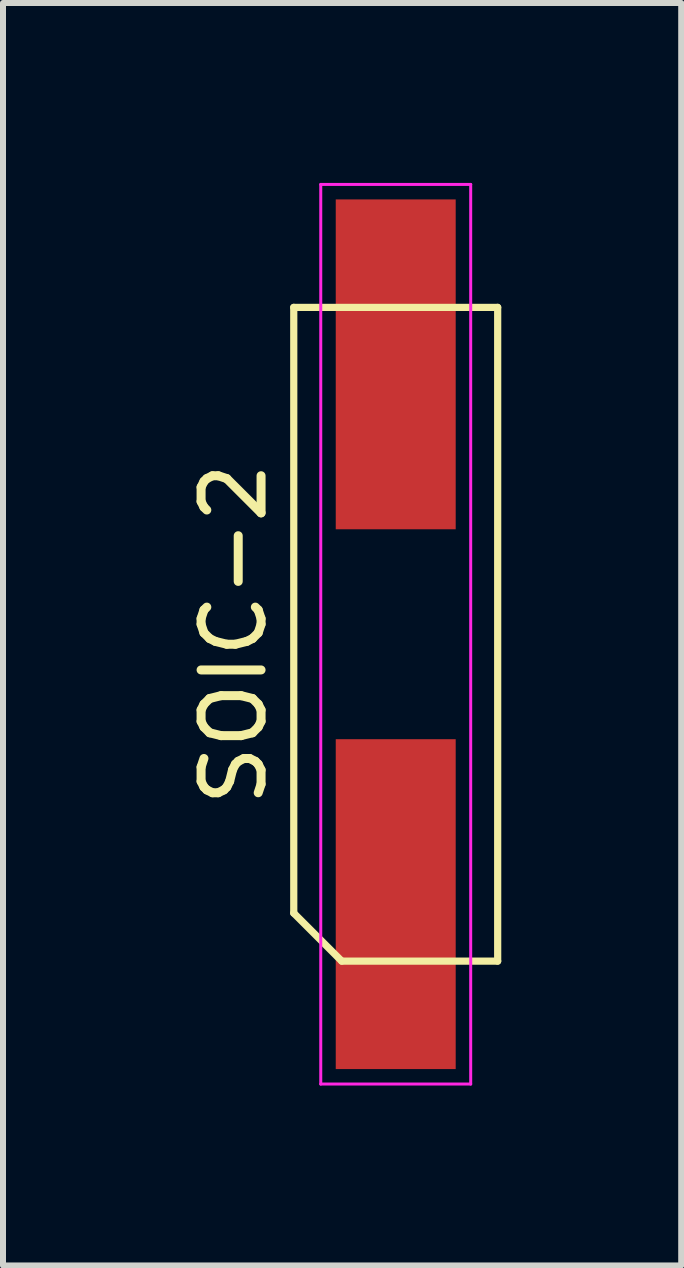
<source format=kicad_pcb>
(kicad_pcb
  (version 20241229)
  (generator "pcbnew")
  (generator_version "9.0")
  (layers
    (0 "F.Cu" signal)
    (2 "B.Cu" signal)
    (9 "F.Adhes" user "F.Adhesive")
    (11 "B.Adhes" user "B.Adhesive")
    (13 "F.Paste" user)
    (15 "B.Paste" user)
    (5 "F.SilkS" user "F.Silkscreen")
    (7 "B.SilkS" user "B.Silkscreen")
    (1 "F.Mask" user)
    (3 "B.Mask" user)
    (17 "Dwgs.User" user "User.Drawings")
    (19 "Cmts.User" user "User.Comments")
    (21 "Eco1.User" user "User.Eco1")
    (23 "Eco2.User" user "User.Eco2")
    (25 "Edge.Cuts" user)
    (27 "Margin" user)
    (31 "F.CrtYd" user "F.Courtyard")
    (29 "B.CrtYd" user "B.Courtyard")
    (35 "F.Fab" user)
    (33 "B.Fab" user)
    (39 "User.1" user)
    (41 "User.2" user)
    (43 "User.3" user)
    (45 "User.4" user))
  (footprint "SOIC-2"
    (layer "F.Cu")
    (at 3.548 7.525)
    (property "Reference" "SOIC-2" (at -2.7 0 90) (layer "F.SilkS") (effects (font (size 1 1) (thickness 0.15))))
    (attr smd)
    (fp_line (start -1.7 -5.45) (end 1.7 -5.45) (stroke (width 0.12) (type default)) (layer "F.SilkS"))
    (fp_line (start -1.7 4.65) (end -1.7 -5.45) (stroke (width 0.12) (type default)) (layer "F.SilkS"))
    (fp_line (start -0.9 5.45) (end -1.7 4.65) (stroke (width 0.12) (type default)) (layer "F.SilkS"))
    (fp_line (start 1.7 -5.45) (end 1.7 5.45) (stroke (width 0.12) (type default)) (layer "F.SilkS"))
    (fp_line (start 1.7 5.45) (end -0.9 5.45) (stroke (width 0.12) (type default)) (layer "F.SilkS"))
    (fp_line (start -1.25 -7.5) (end 1.25 -7.5) (stroke (width 0.05) (type default)) (layer "F.CrtYd"))
    (fp_line (start -1.25 7.5) (end -1.25 -7.5) (stroke (width 0.05) (type default)) (layer "F.CrtYd"))
    (fp_line (start 1.25 -7.5) (end 1.25 7.5) (stroke (width 0.05) (type default)) (layer "F.CrtYd"))
    (fp_line (start 1.25 7.5) (end -1.25 7.5) (stroke (width 0.05) (type default)) (layer "F.CrtYd"))
    (pad "1" smd rect (at 0 4.5) (size 2 5.5) (layers "F.Cu" "F.Mask" "F.Paste"))
    (pad "2" smd rect (at 0 -4.5) (size 2 5.5) (layers "F.Cu" "F.Mask" "F.Paste")))
  (gr_rect
    (start -3 -3)
    (end 8.308 18.05)
    (stroke (width 0.1) (type default))
    (fill no)
    (layer "Edge.Cuts")))
</source>
